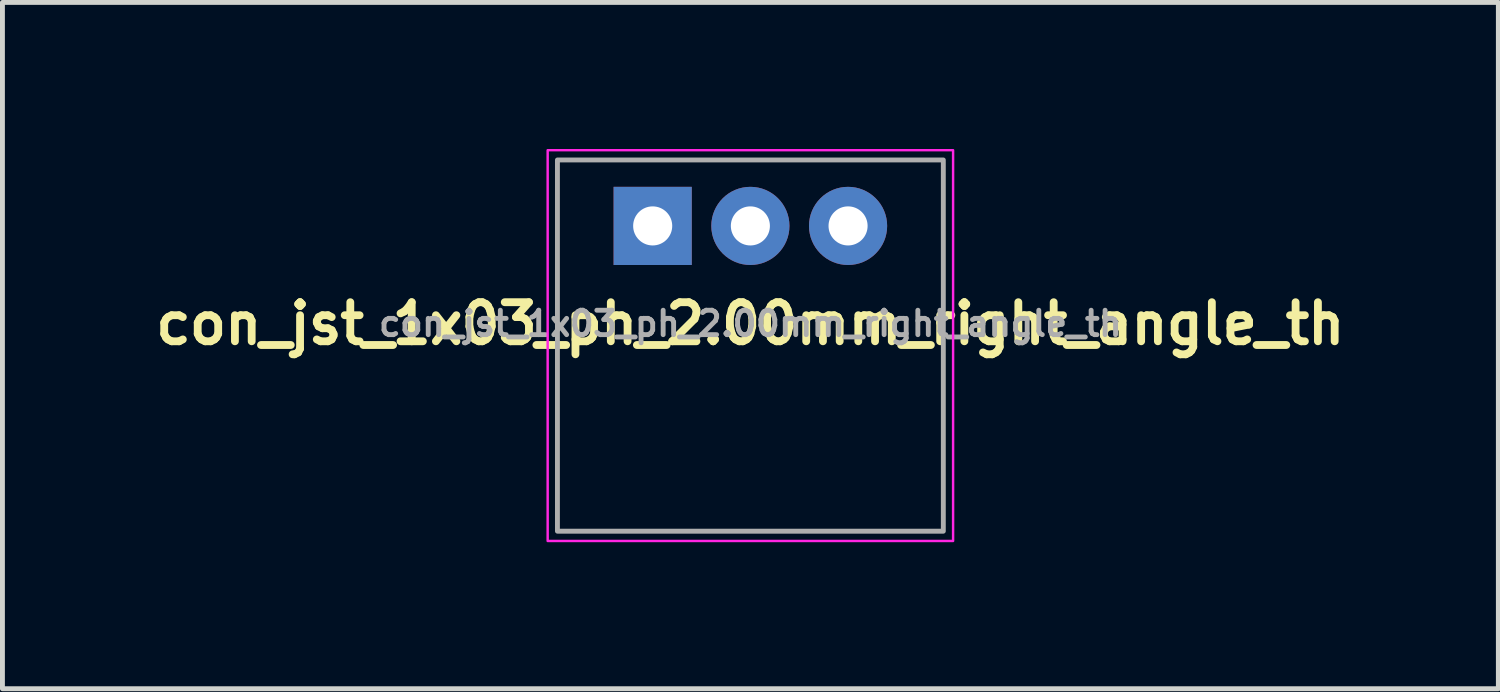
<source format=kicad_pcb>
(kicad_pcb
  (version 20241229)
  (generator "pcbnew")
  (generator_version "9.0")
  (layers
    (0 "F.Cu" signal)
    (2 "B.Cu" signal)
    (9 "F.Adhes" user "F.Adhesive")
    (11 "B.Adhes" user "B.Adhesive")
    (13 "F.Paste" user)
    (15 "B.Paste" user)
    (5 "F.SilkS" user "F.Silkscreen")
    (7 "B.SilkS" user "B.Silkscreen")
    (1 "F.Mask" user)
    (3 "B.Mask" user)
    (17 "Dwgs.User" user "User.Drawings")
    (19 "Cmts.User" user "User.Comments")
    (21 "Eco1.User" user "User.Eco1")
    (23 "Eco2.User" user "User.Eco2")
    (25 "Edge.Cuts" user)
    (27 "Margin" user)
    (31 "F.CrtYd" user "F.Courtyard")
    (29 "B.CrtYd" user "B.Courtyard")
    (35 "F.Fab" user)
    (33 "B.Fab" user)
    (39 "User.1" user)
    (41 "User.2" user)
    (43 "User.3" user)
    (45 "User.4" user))
  (footprint "con_jst_1x03_ph_2.00mm_right_angle_th"
    (layer "F.Cu")
    (at 10.312 1.575)
    (property "Reference" "con_jst_1x03_ph_2.00mm_right_angle_th" (at 2 2 0) (layer "F.SilkS") (effects (font (size 0.8 0.8) (thickness 0.16))))
    (attr through_hole exclude_from_pos_files)
    (fp_rect (start -2.15 -1.55) (end 6.15 6.45) (stroke (width 0.05) (type solid)) (fill no) (layer "F.CrtYd"))
    (fp_rect (start -1.95 -1.35) (end 5.95 6.25) (stroke (width 0.1) (type solid)) (fill no) (layer "F.Fab"))
    (fp_text user "${REFERENCE}" (at 2 2 0) (layer "F.Fab") (effects (font (size 0.5 0.5) (thickness 0.1))))
    (pad "1" thru_hole rect (at 0 0) (size 1.6 1.6) (drill 0.8) (layers "*.Cu" "*.Mask"))
    (pad "2" thru_hole circle (at 2 0) (size 1.6 1.6) (drill 0.8) (layers "*.Cu" "*.Mask"))
    (pad "3" thru_hole circle (at 4 0) (size 1.6 1.6) (drill 0.8) (layers "*.Cu" "*.Mask")))
  (gr_rect
    (start -3 -3)
    (end 27.625 11.05)
    (stroke (width 0.1) (type default))
    (fill no)
    (layer "Edge.Cuts")))
</source>
